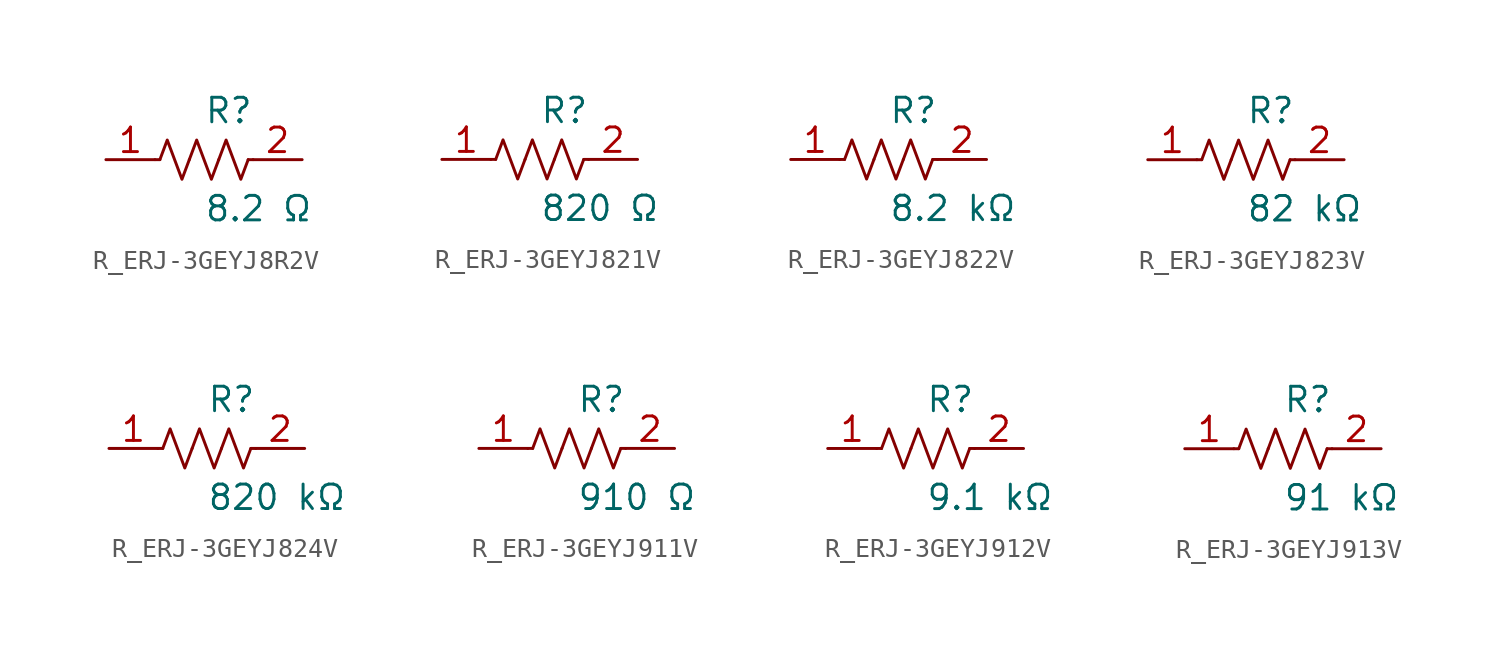
<source format=kicad_sym>
(kicad_symbol_lib
  (version 20231120)
  (generator kicad_symbol_editor)
  (generator_version 8.0)
  (symbol "R_ERJ-3GEYJ8R2V"
    (pin_names
      (offset 0.254))
    (property "Reference" "R"
      (at 0.0 2.54 0)
      (effects (font (size 1.27 1.27)) (justify left)))
    (property "Value" "8.2 Ω"
      (at 0.0 -2.54 0)
      (effects (font (size 1.27 1.27)) (justify left)))
    (symbol "R_ERJ-3GEYJ8R2V_0_1"
      (polyline (pts (xy 2.286 0) (xy 2.54 0)) (stroke (width 0) (type default)) (fill (type none)))
      (polyline (pts (xy -2.286 0) (xy -2.54 0)) (stroke (width 0) (type default)) (fill (type none)))
      (polyline (pts (xy 0.762 0) (xy 1.143 1.016) (xy 1.524 0) (xy 1.905 -1.016) (xy 2.286 0)) (stroke (width 0) (type default)) (fill (type none)))
      (polyline (pts (xy -0.762 0) (xy -0.381 1.016) (xy 0 0) (xy 0.381 -1.016) (xy 0.762 0)) (stroke (width 0) (type default)) (fill (type none)))
      (polyline (pts (xy -2.286 0) (xy -1.905 1.016) (xy -1.524 0) (xy -1.143 -1.016) (xy -0.762 0)) (stroke (width 0) (type default)) (fill (type none))))
    (pin unspecified line
      (at -5.08 0 0)
      (length 2.54)
      (name "" (effects (font (size 1.27 1.27))))
      (number "1" (effects (font (size 1.27 1.27)))))
    (pin unspecified line
      (at 5.08 0 180)
      (length 2.54)
      (name "" (effects (font (size 1.27 1.27))))
      (number "2" (effects (font (size 1.27 1.27))))))
  (symbol "R_ERJ-3GEYJ821V"
    (pin_names
      (offset 0.254))
    (property "Reference" "R"
      (at 0.0 2.54 0)
      (effects (font (size 1.27 1.27)) (justify left)))
    (property "Value" "820 Ω"
      (at 0.0 -2.54 0)
      (effects (font (size 1.27 1.27)) (justify left)))
    (symbol "R_ERJ-3GEYJ821V_0_1"
      (polyline (pts (xy 2.286 0) (xy 2.54 0)) (stroke (width 0) (type default)) (fill (type none)))
      (polyline (pts (xy -2.286 0) (xy -2.54 0)) (stroke (width 0) (type default)) (fill (type none)))
      (polyline (pts (xy 0.762 0) (xy 1.143 1.016) (xy 1.524 0) (xy 1.905 -1.016) (xy 2.286 0)) (stroke (width 0) (type default)) (fill (type none)))
      (polyline (pts (xy -0.762 0) (xy -0.381 1.016) (xy 0 0) (xy 0.381 -1.016) (xy 0.762 0)) (stroke (width 0) (type default)) (fill (type none)))
      (polyline (pts (xy -2.286 0) (xy -1.905 1.016) (xy -1.524 0) (xy -1.143 -1.016) (xy -0.762 0)) (stroke (width 0) (type default)) (fill (type none))))
    (pin unspecified line
      (at -5.08 0 0)
      (length 2.54)
      (name "" (effects (font (size 1.27 1.27))))
      (number "1" (effects (font (size 1.27 1.27)))))
    (pin unspecified line
      (at 5.08 0 180)
      (length 2.54)
      (name "" (effects (font (size 1.27 1.27))))
      (number "2" (effects (font (size 1.27 1.27))))))
  (symbol "R_ERJ-3GEYJ822V"
    (pin_names
      (offset 0.254))
    (property "Reference" "R"
      (at 0.0 2.54 0)
      (effects (font (size 1.27 1.27)) (justify left)))
    (property "Value" "8.2 kΩ"
      (at 0.0 -2.54 0)
      (effects (font (size 1.27 1.27)) (justify left)))
    (symbol "R_ERJ-3GEYJ822V_0_1"
      (polyline (pts (xy 2.286 0) (xy 2.54 0)) (stroke (width 0) (type default)) (fill (type none)))
      (polyline (pts (xy -2.286 0) (xy -2.54 0)) (stroke (width 0) (type default)) (fill (type none)))
      (polyline (pts (xy 0.762 0) (xy 1.143 1.016) (xy 1.524 0) (xy 1.905 -1.016) (xy 2.286 0)) (stroke (width 0) (type default)) (fill (type none)))
      (polyline (pts (xy -0.762 0) (xy -0.381 1.016) (xy 0 0) (xy 0.381 -1.016) (xy 0.762 0)) (stroke (width 0) (type default)) (fill (type none)))
      (polyline (pts (xy -2.286 0) (xy -1.905 1.016) (xy -1.524 0) (xy -1.143 -1.016) (xy -0.762 0)) (stroke (width 0) (type default)) (fill (type none))))
    (pin unspecified line
      (at -5.08 0 0)
      (length 2.54)
      (name "" (effects (font (size 1.27 1.27))))
      (number "1" (effects (font (size 1.27 1.27)))))
    (pin unspecified line
      (at 5.08 0 180)
      (length 2.54)
      (name "" (effects (font (size 1.27 1.27))))
      (number "2" (effects (font (size 1.27 1.27))))))
  (symbol "R_ERJ-3GEYJ823V"
    (pin_names
      (offset 0.254))
    (property "Reference" "R"
      (at 0.0 2.54 0)
      (effects (font (size 1.27 1.27)) (justify left)))
    (property "Value" "82 kΩ"
      (at 0.0 -2.54 0)
      (effects (font (size 1.27 1.27)) (justify left)))
    (symbol "R_ERJ-3GEYJ823V_0_1"
      (polyline (pts (xy 2.286 0) (xy 2.54 0)) (stroke (width 0) (type default)) (fill (type none)))
      (polyline (pts (xy -2.286 0) (xy -2.54 0)) (stroke (width 0) (type default)) (fill (type none)))
      (polyline (pts (xy 0.762 0) (xy 1.143 1.016) (xy 1.524 0) (xy 1.905 -1.016) (xy 2.286 0)) (stroke (width 0) (type default)) (fill (type none)))
      (polyline (pts (xy -0.762 0) (xy -0.381 1.016) (xy 0 0) (xy 0.381 -1.016) (xy 0.762 0)) (stroke (width 0) (type default)) (fill (type none)))
      (polyline (pts (xy -2.286 0) (xy -1.905 1.016) (xy -1.524 0) (xy -1.143 -1.016) (xy -0.762 0)) (stroke (width 0) (type default)) (fill (type none))))
    (pin unspecified line
      (at -5.08 0 0)
      (length 2.54)
      (name "" (effects (font (size 1.27 1.27))))
      (number "1" (effects (font (size 1.27 1.27)))))
    (pin unspecified line
      (at 5.08 0 180)
      (length 2.54)
      (name "" (effects (font (size 1.27 1.27))))
      (number "2" (effects (font (size 1.27 1.27))))))
  (symbol "R_ERJ-3GEYJ824V"
    (pin_names
      (offset 0.254))
    (property "Reference" "R"
      (at 0.0 2.54 0)
      (effects (font (size 1.27 1.27)) (justify left)))
    (property "Value" "820 kΩ"
      (at 0.0 -2.54 0)
      (effects (font (size 1.27 1.27)) (justify left)))
    (symbol "R_ERJ-3GEYJ824V_0_1"
      (polyline (pts (xy 2.286 0) (xy 2.54 0)) (stroke (width 0) (type default)) (fill (type none)))
      (polyline (pts (xy -2.286 0) (xy -2.54 0)) (stroke (width 0) (type default)) (fill (type none)))
      (polyline (pts (xy 0.762 0) (xy 1.143 1.016) (xy 1.524 0) (xy 1.905 -1.016) (xy 2.286 0)) (stroke (width 0) (type default)) (fill (type none)))
      (polyline (pts (xy -0.762 0) (xy -0.381 1.016) (xy 0 0) (xy 0.381 -1.016) (xy 0.762 0)) (stroke (width 0) (type default)) (fill (type none)))
      (polyline (pts (xy -2.286 0) (xy -1.905 1.016) (xy -1.524 0) (xy -1.143 -1.016) (xy -0.762 0)) (stroke (width 0) (type default)) (fill (type none))))
    (pin unspecified line
      (at -5.08 0 0)
      (length 2.54)
      (name "" (effects (font (size 1.27 1.27))))
      (number "1" (effects (font (size 1.27 1.27)))))
    (pin unspecified line
      (at 5.08 0 180)
      (length 2.54)
      (name "" (effects (font (size 1.27 1.27))))
      (number "2" (effects (font (size 1.27 1.27))))))
  (symbol "R_ERJ-3GEYJ911V"
    (pin_names
      (offset 0.254))
    (property "Reference" "R"
      (at 0.0 2.54 0)
      (effects (font (size 1.27 1.27)) (justify left)))
    (property "Value" "910 Ω"
      (at 0.0 -2.54 0)
      (effects (font (size 1.27 1.27)) (justify left)))
    (symbol "R_ERJ-3GEYJ911V_0_1"
      (polyline (pts (xy 2.286 0) (xy 2.54 0)) (stroke (width 0) (type default)) (fill (type none)))
      (polyline (pts (xy -2.286 0) (xy -2.54 0)) (stroke (width 0) (type default)) (fill (type none)))
      (polyline (pts (xy 0.762 0) (xy 1.143 1.016) (xy 1.524 0) (xy 1.905 -1.016) (xy 2.286 0)) (stroke (width 0) (type default)) (fill (type none)))
      (polyline (pts (xy -0.762 0) (xy -0.381 1.016) (xy 0 0) (xy 0.381 -1.016) (xy 0.762 0)) (stroke (width 0) (type default)) (fill (type none)))
      (polyline (pts (xy -2.286 0) (xy -1.905 1.016) (xy -1.524 0) (xy -1.143 -1.016) (xy -0.762 0)) (stroke (width 0) (type default)) (fill (type none))))
    (pin unspecified line
      (at -5.08 0 0)
      (length 2.54)
      (name "" (effects (font (size 1.27 1.27))))
      (number "1" (effects (font (size 1.27 1.27)))))
    (pin unspecified line
      (at 5.08 0 180)
      (length 2.54)
      (name "" (effects (font (size 1.27 1.27))))
      (number "2" (effects (font (size 1.27 1.27))))))
  (symbol "R_ERJ-3GEYJ912V"
    (pin_names
      (offset 0.254))
    (property "Reference" "R"
      (at 0.0 2.54 0)
      (effects (font (size 1.27 1.27)) (justify left)))
    (property "Value" "9.1 kΩ"
      (at 0.0 -2.54 0)
      (effects (font (size 1.27 1.27)) (justify left)))
    (symbol "R_ERJ-3GEYJ912V_0_1"
      (polyline (pts (xy 2.286 0) (xy 2.54 0)) (stroke (width 0) (type default)) (fill (type none)))
      (polyline (pts (xy -2.286 0) (xy -2.54 0)) (stroke (width 0) (type default)) (fill (type none)))
      (polyline (pts (xy 0.762 0) (xy 1.143 1.016) (xy 1.524 0) (xy 1.905 -1.016) (xy 2.286 0)) (stroke (width 0) (type default)) (fill (type none)))
      (polyline (pts (xy -0.762 0) (xy -0.381 1.016) (xy 0 0) (xy 0.381 -1.016) (xy 0.762 0)) (stroke (width 0) (type default)) (fill (type none)))
      (polyline (pts (xy -2.286 0) (xy -1.905 1.016) (xy -1.524 0) (xy -1.143 -1.016) (xy -0.762 0)) (stroke (width 0) (type default)) (fill (type none))))
    (pin unspecified line
      (at -5.08 0 0)
      (length 2.54)
      (name "" (effects (font (size 1.27 1.27))))
      (number "1" (effects (font (size 1.27 1.27)))))
    (pin unspecified line
      (at 5.08 0 180)
      (length 2.54)
      (name "" (effects (font (size 1.27 1.27))))
      (number "2" (effects (font (size 1.27 1.27))))))
  (symbol "R_ERJ-3GEYJ913V"
    (pin_names
      (offset 0.254))
    (property "Reference" "R"
      (at 0.0 2.54 0)
      (effects (font (size 1.27 1.27)) (justify left)))
    (property "Value" "91 kΩ"
      (at 0.0 -2.54 0)
      (effects (font (size 1.27 1.27)) (justify left)))
    (symbol "R_ERJ-3GEYJ913V_0_1"
      (polyline (pts (xy 2.286 0) (xy 2.54 0)) (stroke (width 0) (type default)) (fill (type none)))
      (polyline (pts (xy -2.286 0) (xy -2.54 0)) (stroke (width 0) (type default)) (fill (type none)))
      (polyline (pts (xy 0.762 0) (xy 1.143 1.016) (xy 1.524 0) (xy 1.905 -1.016) (xy 2.286 0)) (stroke (width 0) (type default)) (fill (type none)))
      (polyline (pts (xy -0.762 0) (xy -0.381 1.016) (xy 0 0) (xy 0.381 -1.016) (xy 0.762 0)) (stroke (width 0) (type default)) (fill (type none)))
      (polyline (pts (xy -2.286 0) (xy -1.905 1.016) (xy -1.524 0) (xy -1.143 -1.016) (xy -0.762 0)) (stroke (width 0) (type default)) (fill (type none))))
    (pin unspecified line
      (at -5.08 0 0)
      (length 2.54)
      (name "" (effects (font (size 1.27 1.27))))
      (number "1" (effects (font (size 1.27 1.27)))))
    (pin unspecified line
      (at 5.08 0 180)
      (length 2.54)
      (name "" (effects (font (size 1.27 1.27))))
      (number "2" (effects (font (size 1.27 1.27)))))))
</source>
